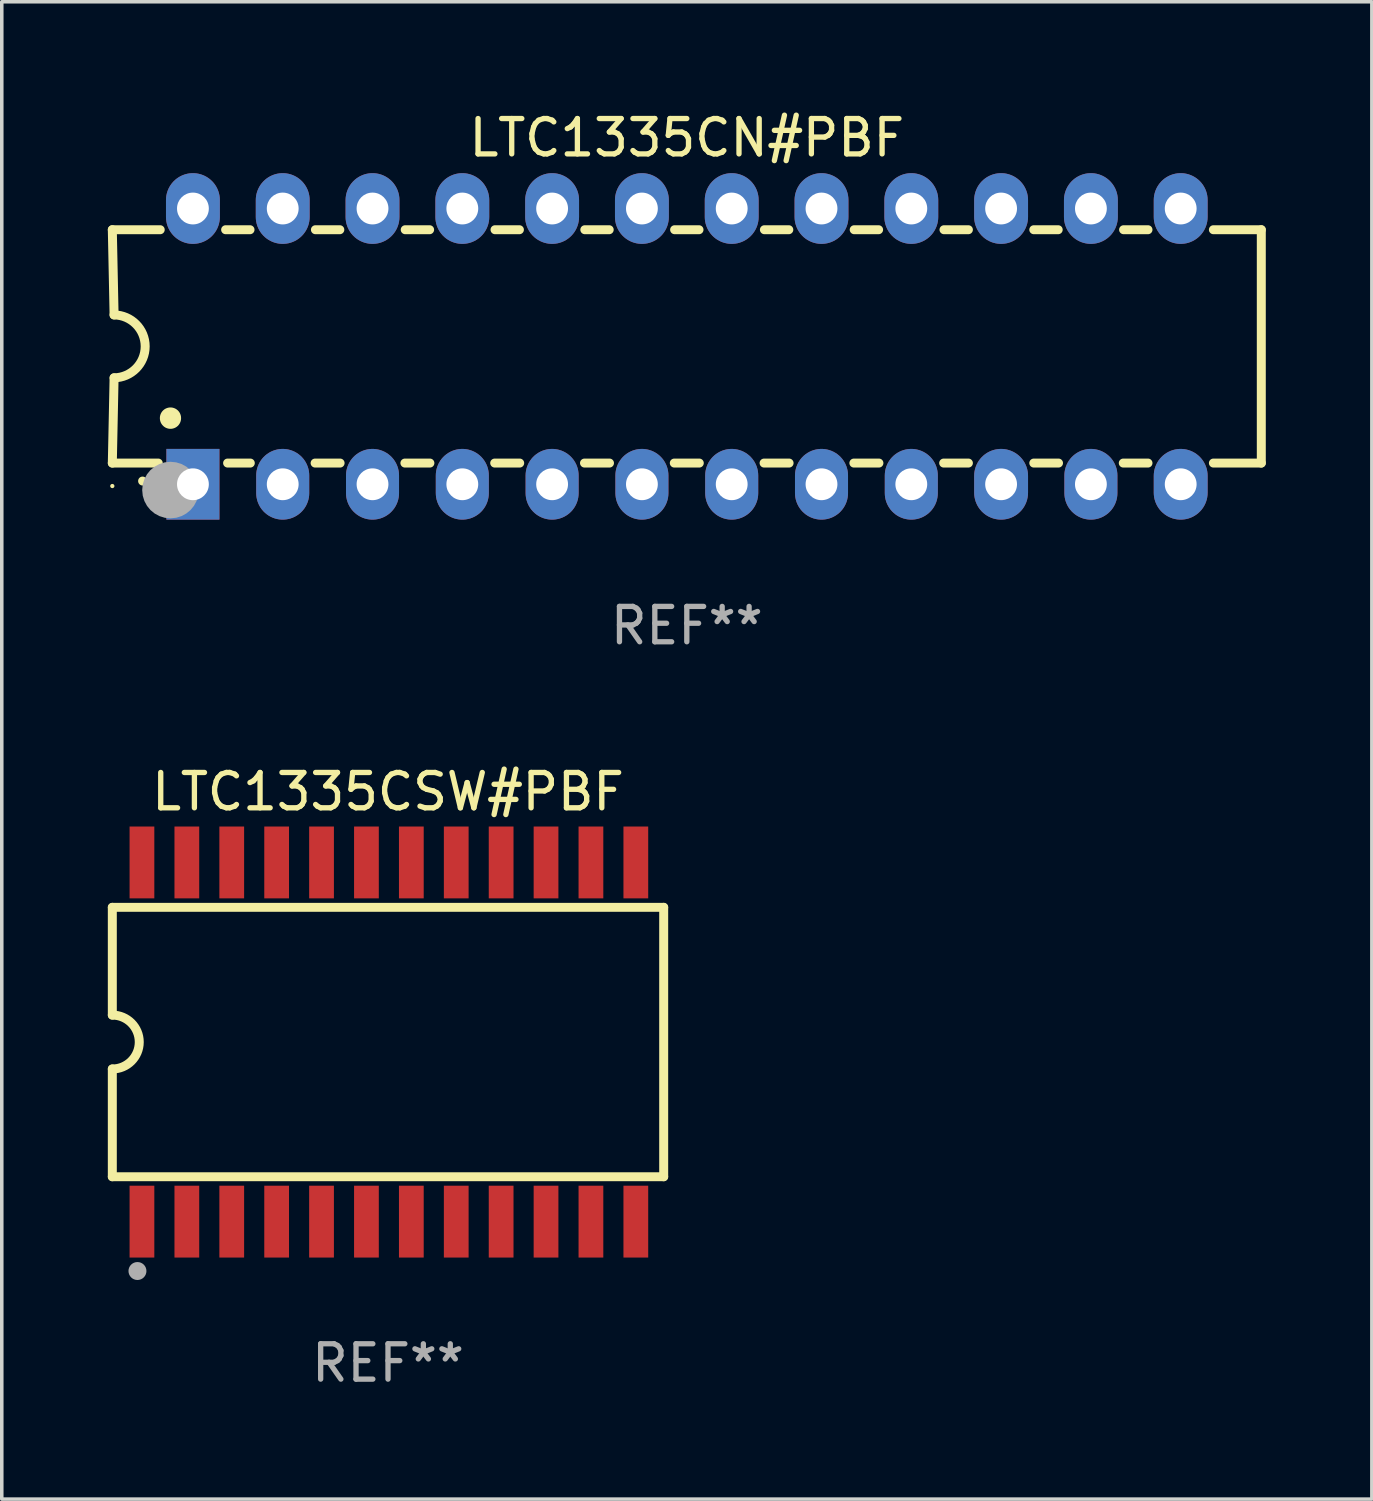
<source format=kicad_pcb>
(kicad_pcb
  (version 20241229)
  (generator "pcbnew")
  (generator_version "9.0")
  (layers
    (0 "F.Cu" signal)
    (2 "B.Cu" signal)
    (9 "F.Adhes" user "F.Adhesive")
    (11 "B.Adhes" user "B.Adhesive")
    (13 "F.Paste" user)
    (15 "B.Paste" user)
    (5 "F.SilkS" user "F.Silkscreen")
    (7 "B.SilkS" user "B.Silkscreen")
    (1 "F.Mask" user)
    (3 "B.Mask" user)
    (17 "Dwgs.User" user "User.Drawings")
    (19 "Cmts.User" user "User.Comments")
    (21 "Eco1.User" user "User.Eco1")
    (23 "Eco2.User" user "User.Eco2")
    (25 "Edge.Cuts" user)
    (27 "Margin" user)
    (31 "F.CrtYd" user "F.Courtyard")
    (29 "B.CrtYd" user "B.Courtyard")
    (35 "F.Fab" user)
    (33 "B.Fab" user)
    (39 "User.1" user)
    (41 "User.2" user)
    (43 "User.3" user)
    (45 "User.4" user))
  (footprint "LTC1335CSW#PBF"
    (layer "F.Cu")
    (at 7.925 26.425)
    (property "Reference" "LTC1335CSW#PBF" (at 0 -7.08 0) (layer "F.SilkS") (effects (font (size 1 1) (thickness 0.15))))
    (attr through_hole)
    (fp_line (start -7.798 -3.81) (end -7.798 -0.762) (stroke (width 0.254) (type solid)) (layer "F.SilkS"))
    (fp_line (start -7.798 3.81) (end -7.798 0.762) (stroke (width 0.254) (type solid)) (layer "F.SilkS"))
    (fp_line (start 7.798 -3.81) (end -7.798 -3.81) (stroke (width 0.254) (type solid)) (layer "F.SilkS"))
    (fp_line (start 7.798 3.81) (end -7.798 3.81) (stroke (width 0.254) (type solid)) (layer "F.SilkS"))
    (fp_line (start 7.798 3.81) (end 7.798 -3.81) (stroke (width 0.254) (type solid)) (layer "F.SilkS"))
    (fp_arc (start -7.797791 -0.762002) (mid -7.03579 -0.000001) (end -7.79779 0.762002) (stroke (width 0.254001) (type solid)) (layer "F.SilkS"))
    (fp_circle (center -7.825 3.75) (end -7.795 3.75) (stroke (width 0.06) (type solid)) (fill no) (layer "F.SilkS"))
    (fp_circle (center -7.087 6.477) (end -6.96 6.477) (stroke (width 0.254) (type solid)) (fill no) (layer "F.Fab"))
    (fp_text user "REF**" (at 0 9.08 0) (layer "F.Fab") (effects (font (size 1 1) (thickness 0.15))))
    (pad "1" smd rect (at -6.96 5.08 90) (size 2.032 0.7) (layers "F.Cu" "F.Mask" "F.Paste"))
    (pad "2" smd rect (at -5.69 5.08 90) (size 2.032 0.7) (layers "F.Cu" "F.Mask" "F.Paste"))
    (pad "3" smd rect (at -4.42 5.08 90) (size 2.032 0.7) (layers "F.Cu" "F.Mask" "F.Paste"))
    (pad "4" smd rect (at -3.15 5.08 90) (size 2.032 0.7) (layers "F.Cu" "F.Mask" "F.Paste"))
    (pad "5" smd rect (at -1.88 5.08 90) (size 2.032 0.7) (layers "F.Cu" "F.Mask" "F.Paste"))
    (pad "6" smd rect (at -0.61 5.08 90) (size 2.032 0.7) (layers "F.Cu" "F.Mask" "F.Paste"))
    (pad "7" smd rect (at 0.66 5.08 90) (size 2.032 0.7) (layers "F.Cu" "F.Mask" "F.Paste"))
    (pad "8" smd rect (at 1.93 5.08 90) (size 2.032 0.7) (layers "F.Cu" "F.Mask" "F.Paste"))
    (pad "9" smd rect (at 3.2 5.08 90) (size 2.032 0.7) (layers "F.Cu" "F.Mask" "F.Paste"))
    (pad "10" smd rect (at 4.47 5.08 90) (size 2.032 0.7) (layers "F.Cu" "F.Mask" "F.Paste"))
    (pad "11" smd rect (at 5.74 5.08 90) (size 2.032 0.7) (layers "F.Cu" "F.Mask" "F.Paste"))
    (pad "12" smd rect (at 7.01 5.08 90) (size 2.032 0.7) (layers "F.Cu" "F.Mask" "F.Paste"))
    (pad "13" smd rect (at 7.01 -5.08 90) (size 2.032 0.7) (layers "F.Cu" "F.Mask" "F.Paste"))
    (pad "14" smd rect (at 5.74 -5.08 90) (size 2.032 0.7) (layers "F.Cu" "F.Mask" "F.Paste"))
    (pad "15" smd rect (at 4.47 -5.08 90) (size 2.032 0.7) (layers "F.Cu" "F.Mask" "F.Paste"))
    (pad "16" smd rect (at 3.2 -5.08 90) (size 2.032 0.7) (layers "F.Cu" "F.Mask" "F.Paste"))
    (pad "17" smd rect (at 1.93 -5.08 90) (size 2.032 0.7) (layers "F.Cu" "F.Mask" "F.Paste"))
    (pad "18" smd rect (at 0.66 -5.08 90) (size 2.032 0.7) (layers "F.Cu" "F.Mask" "F.Paste"))
    (pad "19" smd rect (at -0.61 -5.08 90) (size 2.032 0.7) (layers "F.Cu" "F.Mask" "F.Paste"))
    (pad "20" smd rect (at -1.88 -5.08 90) (size 2.032 0.7) (layers "F.Cu" "F.Mask" "F.Paste"))
    (pad "21" smd rect (at -3.15 -5.08 90) (size 2.032 0.7) (layers "F.Cu" "F.Mask" "F.Paste"))
    (pad "22" smd rect (at -4.42 -5.08 90) (size 2.032 0.7) (layers "F.Cu" "F.Mask" "F.Paste"))
    (pad "23" smd rect (at -5.69 -5.08 90) (size 2.032 0.7) (layers "F.Cu" "F.Mask" "F.Paste"))
    (pad "24" smd rect (at -6.96 -5.08 90) (size 2.032 0.7) (layers "F.Cu" "F.Mask" "F.Paste")))
  (footprint "LTC1335CN#PBF"
    (layer "F.Cu")
    (at 16.377 6.748)
    (property "Reference" "LTC1335CN#PBF" (at 0 -5.9 0) (layer "F.SilkS") (effects (font (size 1 1) (thickness 0.15))))
    (attr through_hole)
    (fp_line (start -16.25 -3.3) (end -16.2 -0.889) (stroke (width 0.254) (type solid)) (layer "F.SilkS"))
    (fp_line (start -16.25 -3.3) (end -14.895 -3.3) (stroke (width 0.254) (type solid)) (layer "F.SilkS"))
    (fp_line (start -16.25 3.3) (end -16.2 0.889) (stroke (width 0.254) (type solid)) (layer "F.SilkS"))
    (fp_line (start -16.25 3.3) (end -14.951 3.3) (stroke (width 0.254) (type solid)) (layer "F.SilkS"))
    (fp_line (start -13.045 -3.3) (end -12.355 -3.3) (stroke (width 0.254) (type solid)) (layer "F.SilkS"))
    (fp_line (start -12.989 3.3) (end -12.347 3.3) (stroke (width 0.254) (type solid)) (layer "F.SilkS"))
    (fp_line (start -10.514 3.3) (end -9.807 3.3) (stroke (width 0.254) (type solid)) (layer "F.SilkS"))
    (fp_line (start -10.505 -3.3) (end -9.815 -3.3) (stroke (width 0.254) (type solid)) (layer "F.SilkS"))
    (fp_line (start -7.974 3.3) (end -7.267 3.3) (stroke (width 0.254) (type solid)) (layer "F.SilkS"))
    (fp_line (start -7.965 -3.3) (end -7.275 -3.3) (stroke (width 0.254) (type solid)) (layer "F.SilkS"))
    (fp_line (start -5.434 3.3) (end -4.727 3.3) (stroke (width 0.254) (type solid)) (layer "F.SilkS"))
    (fp_line (start -5.425 -3.3) (end -4.735 -3.3) (stroke (width 0.254) (type solid)) (layer "F.SilkS"))
    (fp_line (start -2.894 3.3) (end -2.187 3.3) (stroke (width 0.254) (type solid)) (layer "F.SilkS"))
    (fp_line (start -2.885 -3.3) (end -2.195 -3.3) (stroke (width 0.254) (type solid)) (layer "F.SilkS"))
    (fp_line (start -0.354 3.3) (end 0.353 3.3) (stroke (width 0.254) (type solid)) (layer "F.SilkS"))
    (fp_line (start -0.345 -3.3) (end 0.345 -3.3) (stroke (width 0.254) (type solid)) (layer "F.SilkS"))
    (fp_line (start 2.186 3.3) (end 2.893 3.3) (stroke (width 0.254) (type solid)) (layer "F.SilkS"))
    (fp_line (start 2.195 -3.3) (end 2.885 -3.3) (stroke (width 0.254) (type solid)) (layer "F.SilkS"))
    (fp_line (start 4.726 3.3) (end 5.434 3.3) (stroke (width 0.254) (type solid)) (layer "F.SilkS"))
    (fp_line (start 4.735 -3.3) (end 5.425 -3.3) (stroke (width 0.254) (type solid)) (layer "F.SilkS"))
    (fp_line (start 7.266 3.3) (end 7.965 3.3) (stroke (width 0.254) (type solid)) (layer "F.SilkS"))
    (fp_line (start 7.275 -3.3) (end 7.965 -3.3) (stroke (width 0.254) (type solid)) (layer "F.SilkS"))
    (fp_line (start 9.815 -3.3) (end 10.505 -3.3) (stroke (width 0.254) (type solid)) (layer "F.SilkS"))
    (fp_line (start 9.815 3.3) (end 10.514 3.3) (stroke (width 0.254) (type solid)) (layer "F.SilkS"))
    (fp_line (start 12.346 3.3) (end 13.045 3.3) (stroke (width 0.254) (type solid)) (layer "F.SilkS"))
    (fp_line (start 12.355 -3.3) (end 13.045 -3.3) (stroke (width 0.254) (type solid)) (layer "F.SilkS"))
    (fp_line (start 16.25 -3.3) (end 14.895 -3.3) (stroke (width 0.254) (type solid)) (layer "F.SilkS"))
    (fp_line (start 16.25 -3.3) (end 16.25 3.3) (stroke (width 0.254) (type solid)) (layer "F.SilkS"))
    (fp_line (start 16.25 3.3) (end 14.895 3.3) (stroke (width 0.254) (type solid)) (layer "F.SilkS"))
    (fp_arc (start -16.201016 -0.890146) (mid -15.311429 -0.001055) (end -16.200025 0.889027) (stroke (width 0.254001) (type solid)) (layer "F.SilkS"))
    (fp_arc (start -15.394971 3.810033) (mid -15.394978 3.808763) (end -15.394971 3.807493) (stroke (width 0.25) (type solid)) (layer "F.SilkS"))
    (fp_arc (start -14.605029 2.032029) (mid -14.60504 2.029489) (end -14.605029 2.026949) (stroke (width 0.6) (type solid)) (layer "F.SilkS"))
    (fp_circle (center -16.25 3.95) (end -16.22 3.95) (stroke (width 0.06) (type solid)) (fill no) (layer "F.SilkS"))
    (fp_circle (center -14.605 4.064) (end -14.205 4.064) (stroke (width 0.8) (type solid)) (fill no) (layer "F.Fab"))
    (fp_text user "REF**" (at 0 7.9 0) (layer "F.Fab") (effects (font (size 1 1) (thickness 0.15))))
    (pad "1" thru_hole rect (at -13.97 3.9 90) (size 2 1.5) (drill 0.9) (layers "*.Cu" "*.Mask"))
    (pad "2" thru_hole oval (at -11.43 3.9 90) (size 2 1.5) (drill 0.9) (layers "*.Cu" "*.Mask"))
    (pad "3" thru_hole oval (at -8.89 3.9 90) (size 2 1.5) (drill 0.9) (layers "*.Cu" "*.Mask"))
    (pad "4" thru_hole oval (at -6.35 3.9 90) (size 2 1.5) (drill 0.9) (layers "*.Cu" "*.Mask"))
    (pad "5" thru_hole oval (at -3.81 3.9 90) (size 2 1.5) (drill 0.9) (layers "*.Cu" "*.Mask"))
    (pad "6" thru_hole oval (at -1.27 3.9 90) (size 2 1.5) (drill 0.9) (layers "*.Cu" "*.Mask"))
    (pad "7" thru_hole oval (at 1.27 3.9 90) (size 2 1.5) (drill 0.9) (layers "*.Cu" "*.Mask"))
    (pad "8" thru_hole oval (at 3.81 3.9 90) (size 2 1.5) (drill 0.9) (layers "*.Cu" "*.Mask"))
    (pad "9" thru_hole oval (at 6.35 3.9 90) (size 2 1.5) (drill 0.9) (layers "*.Cu" "*.Mask"))
    (pad "10" thru_hole oval (at 8.89 3.9 90) (size 2 1.524) (drill 0.9) (layers "*.Cu" "*.Mask"))
    (pad "11" thru_hole oval (at 11.43 3.9 90) (size 2 1.5) (drill 0.9) (layers "*.Cu" "*.Mask"))
    (pad "12" thru_hole oval (at 13.97 3.9 90) (size 2 1.524) (drill 0.9) (layers "*.Cu" "*.Mask"))
    (pad "13" thru_hole oval (at 13.97 -3.9 90) (size 2 1.524) (drill 0.9) (layers "*.Cu" "*.Mask"))
    (pad "14" thru_hole oval (at 11.43 -3.9 90) (size 2 1.524) (drill 0.9) (layers "*.Cu" "*.Mask"))
    (pad "15" thru_hole oval (at 8.89 -3.9 90) (size 2 1.524) (drill 0.9) (layers "*.Cu" "*.Mask"))
    (pad "16" thru_hole oval (at 6.35 -3.9 90) (size 2 1.524) (drill 0.9) (layers "*.Cu" "*.Mask"))
    (pad "17" thru_hole oval (at 3.81 -3.9 90) (size 2 1.524) (drill 0.9) (layers "*.Cu" "*.Mask"))
    (pad "18" thru_hole oval (at 1.27 -3.9 90) (size 2 1.524) (drill 0.9) (layers "*.Cu" "*.Mask"))
    (pad "19" thru_hole oval (at -1.27 -3.9 90) (size 2 1.524) (drill 0.9) (layers "*.Cu" "*.Mask"))
    (pad "20" thru_hole oval (at -3.81 -3.9 90) (size 2 1.524) (drill 0.9) (layers "*.Cu" "*.Mask"))
    (pad "21" thru_hole oval (at -6.35 -3.9 90) (size 2 1.524) (drill 0.9) (layers "*.Cu" "*.Mask"))
    (pad "22" thru_hole oval (at -8.89 -3.9 90) (size 2 1.524) (drill 0.9) (layers "*.Cu" "*.Mask"))
    (pad "23" thru_hole oval (at -11.43 -3.9 90) (size 2 1.524) (drill 0.9) (layers "*.Cu" "*.Mask"))
    (pad "24" thru_hole oval (at -13.97 -3.9 90) (size 2 1.524) (drill 0.9) (layers "*.Cu" "*.Mask")))
  (gr_rect
    (start -3 -3)
    (end 35.754 39.353)
    (stroke (width 0.1) (type default))
    (fill no)
    (layer "Edge.Cuts")))
</source>
